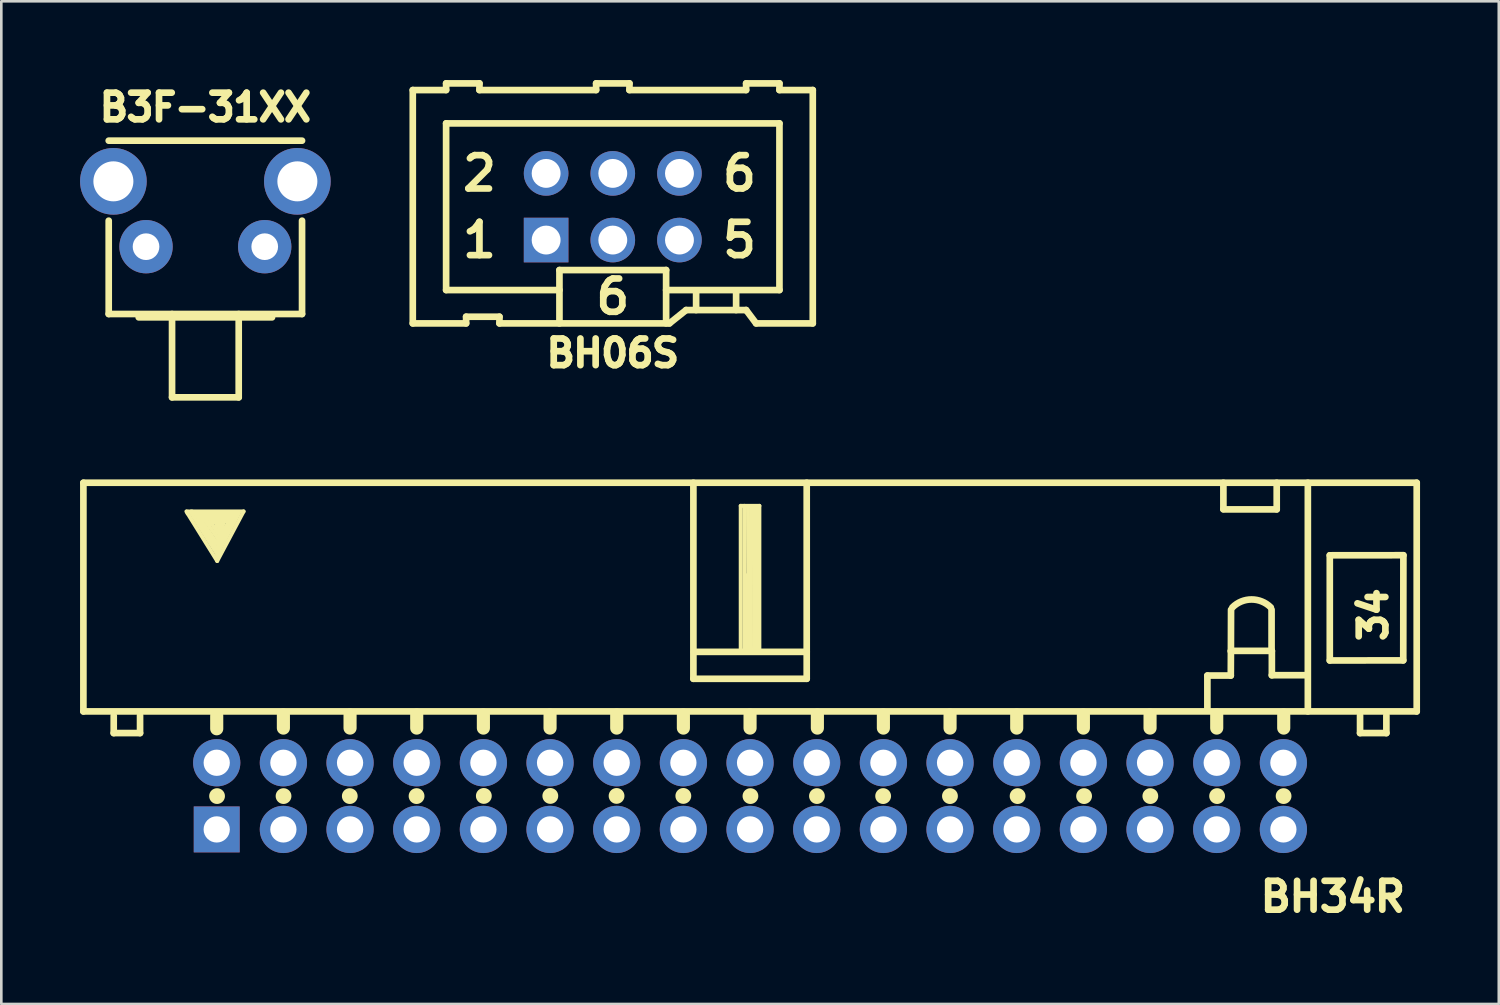
<source format=kicad_pcb>
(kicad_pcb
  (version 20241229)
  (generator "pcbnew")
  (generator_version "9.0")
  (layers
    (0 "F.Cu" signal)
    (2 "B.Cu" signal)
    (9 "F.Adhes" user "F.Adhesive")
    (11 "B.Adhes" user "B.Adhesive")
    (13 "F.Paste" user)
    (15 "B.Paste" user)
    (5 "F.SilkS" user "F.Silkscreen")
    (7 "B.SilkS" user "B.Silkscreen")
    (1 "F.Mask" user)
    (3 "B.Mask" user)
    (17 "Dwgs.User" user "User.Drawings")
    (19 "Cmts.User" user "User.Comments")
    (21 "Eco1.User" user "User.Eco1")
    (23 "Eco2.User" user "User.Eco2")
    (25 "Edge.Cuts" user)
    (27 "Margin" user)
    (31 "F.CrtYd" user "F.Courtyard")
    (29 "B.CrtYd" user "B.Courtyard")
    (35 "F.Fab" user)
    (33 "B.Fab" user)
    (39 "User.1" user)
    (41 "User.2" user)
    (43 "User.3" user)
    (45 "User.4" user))
  (footprint "B3F-31XX"
    (layer "F.Cu")
    (at 4.775 5.104)
    (property "Reference" "B3F-31XX" (at 0 -4.064 0) (layer "F.SilkS") (effects (font (size 1.016 1.016) (thickness 0.254))))
    (attr through_hole)
    (fp_line (start -3.683 -2.794) (end 3.683 -2.794) (stroke (width 0.254) (type solid)) (layer "F.SilkS"))
    (fp_line (start -3.683 0.254) (end -3.683 3.81) (stroke (width 0.254) (type solid)) (layer "F.SilkS"))
    (fp_line (start -3.683 3.81) (end 3.683 3.81) (stroke (width 0.254) (type solid)) (layer "F.SilkS"))
    (fp_line (start -2.54 3.937) (end 2.54 3.937) (stroke (width 0.254) (type solid)) (layer "F.SilkS"))
    (fp_line (start -1.27 6.985) (end -1.27 3.81) (stroke (width 0.254) (type solid)) (layer "F.SilkS"))
    (fp_line (start -1.27 6.985) (end 1.27 6.985) (stroke (width 0.254) (type solid)) (layer "F.SilkS"))
    (fp_line (start 1.27 6.985) (end 1.27 3.81) (stroke (width 0.254) (type solid)) (layer "F.SilkS"))
    (fp_line (start 3.683 0.254) (end 3.683 3.81) (stroke (width 0.254) (type solid)) (layer "F.SilkS"))
    (pad "0" thru_hole circle (at -3.505 -1.245) (size 2.54 2.54) (drill 1.524) (layers "*.Cu" "*.Mask"))
    (pad "0" thru_hole circle (at 3.505 -1.245) (size 2.54 2.54) (drill 1.524) (layers "*.Cu" "*.Mask"))
    (pad "1" thru_hole circle (at -2.261 1.245) (size 2.032 2.032) (drill 1.016) (layers "*.Cu" "*.Mask"))
    (pad "2" thru_hole circle (at 2.261 1.245) (size 2.032 2.032) (drill 1.016) (layers "*.Cu" "*.Mask")))
  (footprint "BH34R"
    (layer "F.Cu")
    (at 25.527 27.281)
    (property "Reference" "BH34R" (at 22.203 3.832 180) (layer "F.SilkS") (effects (font (size 1.1 1.1) (thickness 0.254))))
    (attr through_hole)
    (fp_line (start -25.4 -11.938) (end 25.4 -11.938) (stroke (width 0.254) (type solid)) (layer "F.SilkS"))
    (fp_line (start -25.4 -3.226) (end -25.4 -11.938) (stroke (width 0.254) (type solid)) (layer "F.SilkS"))
    (fp_line (start -25.4 -3.226) (end 25.4 -3.226) (stroke (width 0.254) (type solid)) (layer "F.SilkS"))
    (fp_line (start -24.244 -3.061) (end -24.244 -2.4) (stroke (width 0.254) (type solid)) (layer "F.SilkS"))
    (fp_line (start -24.244 -2.4) (end -23.241 -2.4) (stroke (width 0.254) (type solid)) (layer "F.SilkS"))
    (fp_line (start -23.241 -2.4) (end -23.241 -3.073) (stroke (width 0.254) (type solid)) (layer "F.SilkS"))
    (fp_line (start -21.43 -10.77) (end -21.476 -10.846) (stroke (width 0.15) (type solid)) (layer "F.SilkS"))
    (fp_line (start -21.293 -10.846) (end -19.296 -10.846) (stroke (width 0.15) (type solid)) (layer "F.SilkS"))
    (fp_line (start -21.278 -10.762) (end -20.302 -9.215) (stroke (width 0.15) (type solid)) (layer "F.SilkS"))
    (fp_line (start -21.257 -10.841) (end -21.45 -10.846) (stroke (width 0.15) (type solid)) (layer "F.SilkS"))
    (fp_line (start -21.148 -10.77) (end -20.317 -9.428) (stroke (width 0.15) (type solid)) (layer "F.SilkS"))
    (fp_line (start -21.018 -10.671) (end -20.317 -9.642) (stroke (width 0.15) (type solid)) (layer "F.SilkS"))
    (fp_line (start -20.805 -10.564) (end -20.279 -9.817) (stroke (width 0.15) (type solid)) (layer "F.SilkS"))
    (fp_line (start -20.577 -10.472) (end -20.287 -10.03) (stroke (width 0.15) (type solid)) (layer "F.SilkS"))
    (fp_line (start -20.559 -10.351) (end -20.881 -10.615) (stroke (width 0.15) (type solid)) (layer "F.SilkS"))
    (fp_line (start -20.424 -10.434) (end -20.249 -10.328) (stroke (width 0.15) (type solid)) (layer "F.SilkS"))
    (fp_line (start -20.356 -10.259) (end -20.348 -10.251) (stroke (width 0.15) (type solid)) (layer "F.SilkS"))
    (fp_line (start -20.32 -3.061) (end -20.32 -2.565) (stroke (width 0.5) (type solid)) (layer "F.SilkS"))
    (fp_line (start -20.317 -9.642) (end -19.776 -10.617) (stroke (width 0.15) (type solid)) (layer "F.SilkS"))
    (fp_line (start -20.317 -9.428) (end -19.647 -10.686) (stroke (width 0.15) (type solid)) (layer "F.SilkS"))
    (fp_line (start -20.302 -9.215) (end -19.487 -10.762) (stroke (width 0.15) (type solid)) (layer "F.SilkS"))
    (fp_line (start -20.302 -8.956) (end -21.43 -10.77) (stroke (width 0.15) (type solid)) (layer "F.SilkS"))
    (fp_line (start -20.287 -10.03) (end -20.142 -10.48) (stroke (width 0.15) (type solid)) (layer "F.SilkS"))
    (fp_line (start -20.279 -9.817) (end -19.99 -10.556) (stroke (width 0.15) (type solid)) (layer "F.SilkS"))
    (fp_line (start -20.249 -10.328) (end -20.356 -10.259) (stroke (width 0.15) (type solid)) (layer "F.SilkS"))
    (fp_line (start -20.241 -9.406) (end -20.302 -9.108) (stroke (width 0.15) (type solid)) (layer "F.SilkS"))
    (fp_line (start -20.142 -10.48) (end -20.424 -10.434) (stroke (width 0.15) (type solid)) (layer "F.SilkS"))
    (fp_line (start -19.99 -10.556) (end -20.577 -10.472) (stroke (width 0.15) (type solid)) (layer "F.SilkS"))
    (fp_line (start -19.845 -10.668) (end -19.952 -10.472) (stroke (width 0.15) (type solid)) (layer "F.SilkS"))
    (fp_line (start -19.776 -10.617) (end -20.805 -10.564) (stroke (width 0.15) (type solid)) (layer "F.SilkS"))
    (fp_line (start -19.647 -10.686) (end -21.018 -10.671) (stroke (width 0.15) (type solid)) (layer "F.SilkS"))
    (fp_line (start -19.487 -10.762) (end -21.148 -10.77) (stroke (width 0.15) (type solid)) (layer "F.SilkS"))
    (fp_line (start -19.296 -10.846) (end -20.302 -8.956) (stroke (width 0.15) (type solid)) (layer "F.SilkS"))
    (fp_line (start -17.78 -3.086) (end -17.78 -2.591) (stroke (width 0.5) (type solid)) (layer "F.SilkS"))
    (fp_line (start -15.24 -3.086) (end -15.24 -2.591) (stroke (width 0.5) (type solid)) (layer "F.SilkS"))
    (fp_line (start -12.7 -3.086) (end -12.7 -2.591) (stroke (width 0.5) (type solid)) (layer "F.SilkS"))
    (fp_line (start -10.16 -3.086) (end -10.16 -2.591) (stroke (width 0.5) (type solid)) (layer "F.SilkS"))
    (fp_line (start -7.62 -3.086) (end -7.62 -2.591) (stroke (width 0.5) (type solid)) (layer "F.SilkS"))
    (fp_line (start -5.08 -3.086) (end -5.08 -2.591) (stroke (width 0.5) (type solid)) (layer "F.SilkS"))
    (fp_line (start -2.54 -3.086) (end -2.54 -2.591) (stroke (width 0.5) (type solid)) (layer "F.SilkS"))
    (fp_line (start -2.159 -4.47) (end -2.159 -11.938) (stroke (width 0.254) (type solid)) (layer "F.SilkS"))
    (fp_line (start -2.141 -5.494) (end 2.159 -5.494) (stroke (width 0.254) (type solid)) (layer "F.SilkS"))
    (fp_line (start -0.356 -11.059) (end 0.356 -11.059) (stroke (width 0.15) (type solid)) (layer "F.SilkS"))
    (fp_line (start -0.356 -5.502) (end -0.356 -11.059) (stroke (width 0.15) (type solid)) (layer "F.SilkS"))
    (fp_line (start -0.216 -11.059) (end -0.216 -5.588) (stroke (width 0.15) (type solid)) (layer "F.SilkS"))
    (fp_line (start -0.137 -5.596) (end 0.254 -5.598) (stroke (width 0.15) (type solid)) (layer "F.SilkS"))
    (fp_line (start -0.124 -6.37) (end -0.137 -5.596) (stroke (width 0.15) (type solid)) (layer "F.SilkS"))
    (fp_line (start -0.112 -8.415) (end -0.14 -6.18) (stroke (width 0.15) (type solid)) (layer "F.SilkS"))
    (fp_line (start -0.079 -11.013) (end -0.064 -5.634) (stroke (width 0.15) (type solid)) (layer "F.SilkS"))
    (fp_line (start 0 -3.086) (end 0 -2.591) (stroke (width 0.5) (type solid)) (layer "F.SilkS"))
    (fp_line (start 0.043 -11.013) (end 0.028 -5.618) (stroke (width 0.15) (type solid)) (layer "F.SilkS"))
    (fp_line (start 0.165 -11.013) (end 0.15 -5.649) (stroke (width 0.15) (type solid)) (layer "F.SilkS"))
    (fp_line (start 0.287 -11.029) (end 0.241 -5.649) (stroke (width 0.15) (type solid)) (layer "F.SilkS"))
    (fp_line (start 0.356 -11.059) (end 0.356 -5.512) (stroke (width 0.15) (type solid)) (layer "F.SilkS"))
    (fp_line (start 2.159 -4.47) (end 2.159 -11.938) (stroke (width 0.254) (type solid)) (layer "F.SilkS"))
    (fp_line (start 2.159 -4.468) (end -2.159 -4.468) (stroke (width 0.254) (type solid)) (layer "F.SilkS"))
    (fp_line (start 2.565 -3.086) (end 2.565 -2.591) (stroke (width 0.5) (type solid)) (layer "F.SilkS"))
    (fp_line (start 5.08 -3.086) (end 5.08 -2.591) (stroke (width 0.5) (type solid)) (layer "F.SilkS"))
    (fp_line (start 7.62 -3.086) (end 7.62 -2.591) (stroke (width 0.5) (type solid)) (layer "F.SilkS"))
    (fp_line (start 10.16 -3.086) (end 10.16 -2.591) (stroke (width 0.5) (type solid)) (layer "F.SilkS"))
    (fp_line (start 12.7 -3.086) (end 12.7 -2.591) (stroke (width 0.5) (type solid)) (layer "F.SilkS"))
    (fp_line (start 15.24 -3.086) (end 15.24 -2.591) (stroke (width 0.5) (type solid)) (layer "F.SilkS"))
    (fp_line (start 17.424 -4.592) (end 17.424 -3.259) (stroke (width 0.254) (type solid)) (layer "F.SilkS"))
    (fp_line (start 17.424 -4.592) (end 18.316 -4.592) (stroke (width 0.254) (type solid)) (layer "F.SilkS"))
    (fp_line (start 17.78 -3.086) (end 17.78 -2.591) (stroke (width 0.5) (type solid)) (layer "F.SilkS"))
    (fp_line (start 18.034 -11.938) (end 18.034 -10.937) (stroke (width 0.254) (type solid)) (layer "F.SilkS"))
    (fp_line (start 18.034 -10.922) (end 20.066 -10.922) (stroke (width 0.254) (type solid)) (layer "F.SilkS"))
    (fp_line (start 18.316 -4.592) (end 18.321 -5.532) (stroke (width 0.254) (type solid)) (layer "F.SilkS"))
    (fp_line (start 18.321 -5.532) (end 19.881 -5.532) (stroke (width 0.254) (type solid)) (layer "F.SilkS"))
    (fp_line (start 18.321 -5.507) (end 18.326 -7.102) (stroke (width 0.254) (type solid)) (layer "F.SilkS"))
    (fp_line (start 19.87 -5.527) (end 19.87 -7.102) (stroke (width 0.254) (type solid)) (layer "F.SilkS"))
    (fp_line (start 19.881 -5.532) (end 19.881 -4.602) (stroke (width 0.254) (type solid)) (layer "F.SilkS"))
    (fp_line (start 20.066 -10.927) (end 20.066 -11.938) (stroke (width 0.254) (type solid)) (layer "F.SilkS"))
    (fp_line (start 20.333 -3.086) (end 20.333 -2.591) (stroke (width 0.5) (type solid)) (layer "F.SilkS"))
    (fp_line (start 21.234 -4.605) (end 19.878 -4.605) (stroke (width 0.254) (type solid)) (layer "F.SilkS"))
    (fp_line (start 21.252 -11.938) (end 21.252 -3.226) (stroke (width 0.254) (type solid)) (layer "F.SilkS"))
    (fp_line (start 22.088 -9.174) (end 22.088 -5.169) (stroke (width 0.254) (type solid)) (layer "F.SilkS"))
    (fp_line (start 22.088 -5.166) (end 24.887 -5.171) (stroke (width 0.254) (type solid)) (layer "F.SilkS"))
    (fp_line (start 23.241 -3.073) (end 23.241 -2.4) (stroke (width 0.254) (type solid)) (layer "F.SilkS"))
    (fp_line (start 23.241 -2.4) (end 24.244 -2.4) (stroke (width 0.254) (type solid)) (layer "F.SilkS"))
    (fp_line (start 24.244 -2.4) (end 24.244 -3.073) (stroke (width 0.254) (type solid)) (layer "F.SilkS"))
    (fp_line (start 24.887 -5.171) (end 24.892 -9.177) (stroke (width 0.254) (type solid)) (layer "F.SilkS"))
    (fp_line (start 24.892 -9.177) (end 22.088 -9.174) (stroke (width 0.254) (type solid)) (layer "F.SilkS"))
    (fp_line (start 25.4 -3.226) (end 25.4 -11.938) (stroke (width 0.254) (type solid)) (layer "F.SilkS"))
    (fp_arc (start 18.3769 -7.1882) (mid 19.10842 -7.491206) (end 19.83994 -7.1882) (stroke (width 0.254) (type solid)) (layer "F.SilkS"))
    (fp_circle (center -20.307 0) (end -20.081 -0.108) (stroke (width 0.1) (type solid)) (fill yes) (layer "F.SilkS"))
    (fp_circle (center -17.774 0) (end -17.548 -0.108) (stroke (width 0.1) (type solid)) (fill yes) (layer "F.SilkS"))
    (fp_circle (center -15.25 0) (end -15.024 -0.108) (stroke (width 0.1) (type solid)) (fill yes) (layer "F.SilkS"))
    (fp_circle (center -12.706 0) (end -12.479 -0.108) (stroke (width 0.1) (type solid)) (fill yes) (layer "F.SilkS"))
    (fp_circle (center -10.143 -0.006) (end -9.916 -0.115) (stroke (width 0.1) (type solid)) (fill yes) (layer "F.SilkS"))
    (fp_circle (center -7.61 -0.006) (end -7.383 -0.115) (stroke (width 0.1) (type solid)) (fill yes) (layer "F.SilkS"))
    (fp_circle (center -5.086 -0.006) (end -4.86 -0.115) (stroke (width 0.1) (type solid)) (fill yes) (layer "F.SilkS"))
    (fp_circle (center -2.542 -0.006) (end -2.315 -0.115) (stroke (width 0.1) (type solid)) (fill yes) (layer "F.SilkS"))
    (fp_circle (center 0.015 0) (end 0.241 -0.108) (stroke (width 0.1) (type solid)) (fill yes) (layer "F.SilkS"))
    (fp_circle (center 2.548 0) (end 2.774 -0.108) (stroke (width 0.1) (type solid)) (fill yes) (layer "F.SilkS"))
    (fp_circle (center 5.071 0) (end 5.298 -0.108) (stroke (width 0.1) (type solid)) (fill yes) (layer "F.SilkS"))
    (fp_circle (center 7.616 0) (end 7.843 -0.108) (stroke (width 0.1) (type solid)) (fill yes) (layer "F.SilkS"))
    (fp_circle (center 10.194 0) (end 10.421 -0.108) (stroke (width 0.1) (type solid)) (fill yes) (layer "F.SilkS"))
    (fp_circle (center 12.727 0) (end 12.954 -0.108) (stroke (width 0.1) (type solid)) (fill yes) (layer "F.SilkS"))
    (fp_circle (center 15.251 0) (end 15.477 -0.108) (stroke (width 0.1) (type solid)) (fill yes) (layer "F.SilkS"))
    (fp_circle (center 17.795 0) (end 18.022 -0.108) (stroke (width 0.1) (type solid)) (fill yes) (layer "F.SilkS"))
    (fp_circle (center 20.328 0) (end 20.554 -0.108) (stroke (width 0.1) (type solid)) (fill yes) (layer "F.SilkS"))
    (fp_text user "34" (at 23.749 -6.909 90) (layer "F.SilkS") (effects (font (size 1.016 1.016) (thickness 0.254))))
    (pad "1" thru_hole rect (at -20.32 1.27) (size 1.75 1.75) (drill 1) (layers "*.Cu" "*.Mask"))
    (pad "2" thru_hole circle (at -20.32 -1.27) (size 1.8 1.8) (drill 1) (layers "*.Cu" "*.Mask"))
    (pad "3" thru_hole circle (at -17.78 1.27) (size 1.8 1.8) (drill 1) (layers "*.Cu" "*.Mask"))
    (pad "4" thru_hole circle (at -17.78 -1.27) (size 1.8 1.8) (drill 1) (layers "*.Cu" "*.Mask"))
    (pad "5" thru_hole circle (at -15.24 1.27) (size 1.8 1.8) (drill 1) (layers "*.Cu" "*.Mask"))
    (pad "6" thru_hole circle (at -15.24 -1.27) (size 1.8 1.8) (drill 1) (layers "*.Cu" "*.Mask"))
    (pad "7" thru_hole circle (at -12.7 1.27) (size 1.8 1.8) (drill 1) (layers "*.Cu" "*.Mask"))
    (pad "8" thru_hole circle (at -12.7 -1.27) (size 1.8 1.8) (drill 1) (layers "*.Cu" "*.Mask"))
    (pad "9" thru_hole circle (at -10.16 1.27) (size 1.8 1.8) (drill 1) (layers "*.Cu" "*.Mask"))
    (pad "10" thru_hole circle (at -10.16 -1.27) (size 1.8 1.8) (drill 1) (layers "*.Cu" "*.Mask"))
    (pad "11" thru_hole circle (at -7.62 1.27) (size 1.8 1.8) (drill 1) (layers "*.Cu" "*.Mask"))
    (pad "12" thru_hole circle (at -7.62 -1.27) (size 1.8 1.8) (drill 1) (layers "*.Cu" "*.Mask"))
    (pad "13" thru_hole circle (at -5.08 1.27) (size 1.8 1.8) (drill 1) (layers "*.Cu" "*.Mask"))
    (pad "14" thru_hole circle (at -5.08 -1.27) (size 1.8 1.8) (drill 1) (layers "*.Cu" "*.Mask"))
    (pad "15" thru_hole circle (at -2.54 1.27) (size 1.8 1.8) (drill 1) (layers "*.Cu" "*.Mask"))
    (pad "16" thru_hole circle (at -2.54 -1.27) (size 1.8 1.8) (drill 1) (layers "*.Cu" "*.Mask"))
    (pad "17" thru_hole circle (at 0 1.27) (size 1.8 1.8) (drill 1) (layers "*.Cu" "*.Mask"))
    (pad "18" thru_hole circle (at 0 -1.27) (size 1.8 1.8) (drill 1) (layers "*.Cu" "*.Mask"))
    (pad "19" thru_hole circle (at 2.54 1.27) (size 1.8 1.8) (drill 1) (layers "*.Cu" "*.Mask"))
    (pad "20" thru_hole circle (at 2.54 -1.27) (size 1.8 1.8) (drill 1) (layers "*.Cu" "*.Mask"))
    (pad "21" thru_hole circle (at 5.08 1.27) (size 1.8 1.8) (drill 1) (layers "*.Cu" "*.Mask"))
    (pad "22" thru_hole circle (at 5.08 -1.27) (size 1.8 1.8) (drill 1) (layers "*.Cu" "*.Mask"))
    (pad "23" thru_hole circle (at 7.62 1.27) (size 1.8 1.8) (drill 1) (layers "*.Cu" "*.Mask"))
    (pad "24" thru_hole circle (at 7.62 -1.27) (size 1.8 1.8) (drill 1) (layers "*.Cu" "*.Mask"))
    (pad "25" thru_hole circle (at 10.16 1.27) (size 1.8 1.8) (drill 1) (layers "*.Cu" "*.Mask"))
    (pad "26" thru_hole circle (at 10.16 -1.27) (size 1.8 1.8) (drill 1) (layers "*.Cu" "*.Mask"))
    (pad "27" thru_hole circle (at 12.7 1.27) (size 1.8 1.8) (drill 1) (layers "*.Cu" "*.Mask"))
    (pad "28" thru_hole circle (at 12.7 -1.27) (size 1.8 1.8) (drill 1) (layers "*.Cu" "*.Mask"))
    (pad "29" thru_hole circle (at 15.24 1.27) (size 1.8 1.8) (drill 1) (layers "*.Cu" "*.Mask"))
    (pad "30" thru_hole circle (at 15.24 -1.27) (size 1.8 1.8) (drill 1) (layers "*.Cu" "*.Mask"))
    (pad "31" thru_hole circle (at 17.78 1.27) (size 1.8 1.8) (drill 1) (layers "*.Cu" "*.Mask"))
    (pad "32" thru_hole circle (at 17.78 -1.27) (size 1.8 1.8) (drill 1) (layers "*.Cu" "*.Mask"))
    (pad "33" thru_hole circle (at 20.32 1.27) (size 1.8 1.8) (drill 1) (layers "*.Cu" "*.Mask"))
    (pad "34" thru_hole circle (at 20.32 -1.27) (size 1.8 1.8) (drill 1) (layers "*.Cu" "*.Mask")))
  (footprint "BH06S"
    (layer "F.Cu")
    (at 20.297 4.826)
    (property "Reference" "BH06S" (at 0 5.579 0) (layer "F.SilkS") (effects (font (size 1.016 1.016) (thickness 0.254))))
    (attr through_hole)
    (fp_line (start -7.62 -4.445) (end -7.62 4.445) (stroke (width 0.254) (type solid)) (layer "F.SilkS"))
    (fp_line (start -7.62 -4.445) (end -6.35 -4.445) (stroke (width 0.254) (type solid)) (layer "F.SilkS"))
    (fp_line (start -7.62 4.445) (end -5.588 4.445) (stroke (width 0.254) (type solid)) (layer "F.SilkS"))
    (fp_line (start -6.35 -4.699) (end -6.35 -4.445) (stroke (width 0.254) (type solid)) (layer "F.SilkS"))
    (fp_line (start -6.35 -3.175) (end -6.35 3.175) (stroke (width 0.254) (type solid)) (layer "F.SilkS"))
    (fp_line (start -6.35 -3.175) (end 6.35 -3.175) (stroke (width 0.254) (type solid)) (layer "F.SilkS"))
    (fp_line (start -5.588 4.191) (end -5.588 4.445) (stroke (width 0.254) (type solid)) (layer "F.SilkS"))
    (fp_line (start -5.588 4.191) (end -4.318 4.191) (stroke (width 0.254) (type solid)) (layer "F.SilkS"))
    (fp_line (start -5.08 -4.699) (end -6.35 -4.699) (stroke (width 0.254) (type solid)) (layer "F.SilkS"))
    (fp_line (start -5.08 -4.699) (end -5.08 -4.445) (stroke (width 0.254) (type solid)) (layer "F.SilkS"))
    (fp_line (start -4.318 4.191) (end -4.318 4.445) (stroke (width 0.254) (type solid)) (layer "F.SilkS"))
    (fp_line (start -4.318 4.445) (end 2.159 4.445) (stroke (width 0.254) (type solid)) (layer "F.SilkS"))
    (fp_line (start -2.032 2.413) (end 2.032 2.413) (stroke (width 0.254) (type solid)) (layer "F.SilkS"))
    (fp_line (start -2.032 3.175) (end -6.35 3.175) (stroke (width 0.254) (type solid)) (layer "F.SilkS"))
    (fp_line (start -2.032 4.445) (end -2.032 2.413) (stroke (width 0.254) (type solid)) (layer "F.SilkS"))
    (fp_line (start -0.635 -4.699) (end -0.635 -4.445) (stroke (width 0.254) (type solid)) (layer "F.SilkS"))
    (fp_line (start -0.635 -4.445) (end -5.08 -4.445) (stroke (width 0.254) (type solid)) (layer "F.SilkS"))
    (fp_line (start 0.635 -4.699) (end -0.635 -4.699) (stroke (width 0.254) (type solid)) (layer "F.SilkS"))
    (fp_line (start 0.635 -4.699) (end 0.635 -4.445) (stroke (width 0.254) (type solid)) (layer "F.SilkS"))
    (fp_line (start 2.032 2.413) (end 2.032 4.445) (stroke (width 0.254) (type solid)) (layer "F.SilkS"))
    (fp_line (start 2.032 3.175) (end 6.35 3.175) (stroke (width 0.254) (type solid)) (layer "F.SilkS"))
    (fp_line (start 2.159 4.445) (end 2.794 3.937) (stroke (width 0.254) (type solid)) (layer "F.SilkS"))
    (fp_line (start 2.794 3.937) (end 5.08 3.937) (stroke (width 0.254) (type solid)) (layer "F.SilkS"))
    (fp_line (start 3.175 3.277) (end 3.175 3.937) (stroke (width 0.254) (type solid)) (layer "F.SilkS"))
    (fp_line (start 4.699 3.188) (end 4.699 3.937) (stroke (width 0.254) (type solid)) (layer "F.SilkS"))
    (fp_line (start 5.08 -4.699) (end 5.08 -4.445) (stroke (width 0.254) (type solid)) (layer "F.SilkS"))
    (fp_line (start 5.08 -4.445) (end 0.635 -4.445) (stroke (width 0.254) (type solid)) (layer "F.SilkS"))
    (fp_line (start 5.08 3.937) (end 5.461 4.445) (stroke (width 0.254) (type solid)) (layer "F.SilkS"))
    (fp_line (start 5.461 4.445) (end 7.62 4.445) (stroke (width 0.254) (type solid)) (layer "F.SilkS"))
    (fp_line (start 6.35 -4.699) (end 5.08 -4.699) (stroke (width 0.254) (type solid)) (layer "F.SilkS"))
    (fp_line (start 6.35 -4.699) (end 6.35 -4.445) (stroke (width 0.254) (type solid)) (layer "F.SilkS"))
    (fp_line (start 6.35 -3.175) (end 6.35 3.175) (stroke (width 0.254) (type solid)) (layer "F.SilkS"))
    (fp_line (start 7.62 -4.445) (end 6.35 -4.445) (stroke (width 0.254) (type solid)) (layer "F.SilkS"))
    (fp_line (start 7.62 -4.445) (end 7.62 4.445) (stroke (width 0.254) (type solid)) (layer "F.SilkS"))
    (fp_text user "5" (at 4.826 1.27 0) (layer "F.SilkS") (effects (font (size 1.27 1.27) (thickness 0.254))))
    (fp_text user "1" (at -5.08 1.27 0) (layer "F.SilkS") (effects (font (size 1.27 1.27) (thickness 0.254))))
    (fp_text user "6" (at 0 3.429 0) (layer "F.SilkS") (effects (font (size 1.27 1.27) (thickness 0.254))))
    (fp_text user "2" (at -5.08 -1.27 0) (layer "F.SilkS") (effects (font (size 1.27 1.27) (thickness 0.254))))
    (fp_text user "6" (at 4.826 -1.27 0) (layer "F.SilkS") (effects (font (size 1.27 1.27) (thickness 0.254))))
    (pad "1" thru_hole rect (at -2.54 1.27) (size 1.7 1.7) (drill 1.1) (layers "*.Cu" "*.Mask"))
    (pad "2" thru_hole circle (at -2.54 -1.27) (size 1.7 1.7) (drill 1.1) (layers "*.Cu" "*.Mask"))
    (pad "3" thru_hole circle (at 0 1.27) (size 1.7 1.7) (drill 1.1) (layers "*.Cu" "*.Mask"))
    (pad "4" thru_hole circle (at 0 -1.27) (size 1.7 1.7) (drill 1.1) (layers "*.Cu" "*.Mask"))
    (pad "5" thru_hole circle (at 2.54 1.27) (size 1.7 1.7) (drill 1.1) (layers "*.Cu" "*.Mask"))
    (pad "6" thru_hole circle (at 2.54 -1.27) (size 1.7 1.7) (drill 1.1) (layers "*.Cu" "*.Mask")))
  (gr_rect
    (start -3 -3)
    (end 54.054 35.202)
    (stroke (width 0.1) (type default))
    (fill no)
    (layer "Edge.Cuts")))
</source>
